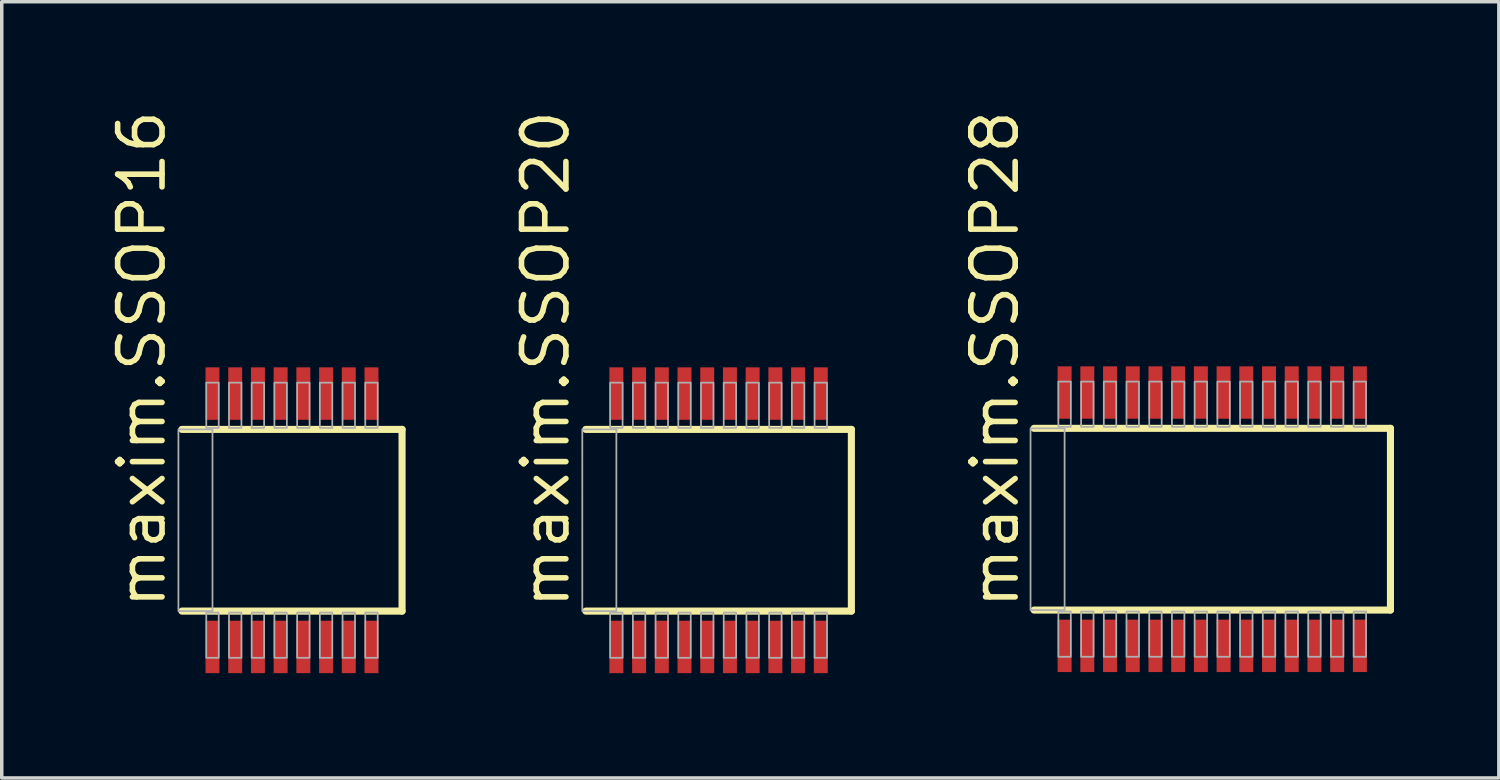
<source format=kicad_pcb>
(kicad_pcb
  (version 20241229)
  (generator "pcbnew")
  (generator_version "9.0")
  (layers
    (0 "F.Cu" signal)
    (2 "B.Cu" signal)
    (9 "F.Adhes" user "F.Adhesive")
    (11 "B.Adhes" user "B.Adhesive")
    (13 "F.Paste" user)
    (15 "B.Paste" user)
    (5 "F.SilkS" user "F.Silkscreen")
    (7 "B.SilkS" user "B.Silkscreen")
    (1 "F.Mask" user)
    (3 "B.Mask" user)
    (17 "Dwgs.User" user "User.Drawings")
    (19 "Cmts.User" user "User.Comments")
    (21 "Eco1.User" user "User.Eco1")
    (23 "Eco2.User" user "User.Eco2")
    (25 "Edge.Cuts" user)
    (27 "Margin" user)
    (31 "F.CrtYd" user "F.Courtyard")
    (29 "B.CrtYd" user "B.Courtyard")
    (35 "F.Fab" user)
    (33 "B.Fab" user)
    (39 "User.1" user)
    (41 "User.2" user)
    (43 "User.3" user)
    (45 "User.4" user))
  (footprint "maxim.SSOP28"
    (layer "F.Cu")
    (at 31.641 11.808)
    (property "Reference" "maxim.SSOP28" (at -5.476 2.63 90) (layer "F.SilkS") (effects (font (size 1.27 1.27) (thickness 0.16)) (justify left bottom)))
    (attr smd)
    (fp_line (start -5.1 2.6) (end 5.1 2.6) (stroke (width 0.203) (type default)) (layer "F.SilkS"))
    (fp_line (start 5.1 -2.6) (end -5.1 -2.6) (stroke (width 0.203) (type default)) (layer "F.SilkS"))
    (fp_line (start 5.1 2.6) (end 5.1 -2.6) (stroke (width 0.203) (type default)) (layer "F.SilkS"))
    (fp_rect (start -5.2 2.6) (end -4.225 -2.6) (stroke (width 0.05) (type default)) (fill no) (layer "F.Fab"))
    (fp_rect (start -4.403 -2.642) (end -4.047 -3.937) (stroke (width 0.05) (type default)) (fill no) (layer "F.Fab"))
    (fp_rect (start -4.403 3.937) (end -4.047 2.642) (stroke (width 0.05) (type default)) (fill no) (layer "F.Fab"))
    (fp_rect (start -3.753 -2.642) (end -3.397 -3.937) (stroke (width 0.05) (type default)) (fill no) (layer "F.Fab"))
    (fp_rect (start -3.753 3.937) (end -3.397 2.642) (stroke (width 0.05) (type default)) (fill no) (layer "F.Fab"))
    (fp_rect (start -3.103 -2.642) (end -2.747 -3.937) (stroke (width 0.05) (type default)) (fill no) (layer "F.Fab"))
    (fp_rect (start -3.103 3.937) (end -2.747 2.642) (stroke (width 0.05) (type default)) (fill no) (layer "F.Fab"))
    (fp_rect (start -2.453 -2.642) (end -2.097 -3.937) (stroke (width 0.05) (type default)) (fill no) (layer "F.Fab"))
    (fp_rect (start -2.453 3.937) (end -2.097 2.642) (stroke (width 0.05) (type default)) (fill no) (layer "F.Fab"))
    (fp_rect (start -1.803 -2.642) (end -1.447 -3.937) (stroke (width 0.05) (type default)) (fill no) (layer "F.Fab"))
    (fp_rect (start -1.803 3.937) (end -1.447 2.642) (stroke (width 0.05) (type default)) (fill no) (layer "F.Fab"))
    (fp_rect (start -1.153 -2.642) (end -0.797 -3.937) (stroke (width 0.05) (type default)) (fill no) (layer "F.Fab"))
    (fp_rect (start -1.153 3.937) (end -0.797 2.642) (stroke (width 0.05) (type default)) (fill no) (layer "F.Fab"))
    (fp_rect (start -0.503 -2.642) (end -0.147 -3.937) (stroke (width 0.05) (type default)) (fill no) (layer "F.Fab"))
    (fp_rect (start -0.503 3.937) (end -0.147 2.642) (stroke (width 0.05) (type default)) (fill no) (layer "F.Fab"))
    (fp_rect (start 0.147 -2.642) (end 0.503 -3.937) (stroke (width 0.05) (type default)) (fill no) (layer "F.Fab"))
    (fp_rect (start 0.147 3.937) (end 0.503 2.642) (stroke (width 0.05) (type default)) (fill no) (layer "F.Fab"))
    (fp_rect (start 0.797 -2.642) (end 1.153 -3.937) (stroke (width 0.05) (type default)) (fill no) (layer "F.Fab"))
    (fp_rect (start 0.797 3.937) (end 1.153 2.642) (stroke (width 0.05) (type default)) (fill no) (layer "F.Fab"))
    (fp_rect (start 1.447 -2.642) (end 1.803 -3.937) (stroke (width 0.05) (type default)) (fill no) (layer "F.Fab"))
    (fp_rect (start 1.447 3.937) (end 1.803 2.642) (stroke (width 0.05) (type default)) (fill no) (layer "F.Fab"))
    (fp_rect (start 2.097 -2.642) (end 2.453 -3.937) (stroke (width 0.05) (type default)) (fill no) (layer "F.Fab"))
    (fp_rect (start 2.097 3.937) (end 2.453 2.642) (stroke (width 0.05) (type default)) (fill no) (layer "F.Fab"))
    (fp_rect (start 2.747 -2.642) (end 3.103 -3.937) (stroke (width 0.05) (type default)) (fill no) (layer "F.Fab"))
    (fp_rect (start 2.747 3.937) (end 3.103 2.642) (stroke (width 0.05) (type default)) (fill no) (layer "F.Fab"))
    (fp_rect (start 3.397 -2.642) (end 3.753 -3.937) (stroke (width 0.05) (type default)) (fill no) (layer "F.Fab"))
    (fp_rect (start 3.397 3.937) (end 3.753 2.642) (stroke (width 0.05) (type default)) (fill no) (layer "F.Fab"))
    (fp_rect (start 4.047 -2.642) (end 4.403 -3.937) (stroke (width 0.05) (type default)) (fill no) (layer "F.Fab"))
    (fp_rect (start 4.047 3.937) (end 4.403 2.642) (stroke (width 0.05) (type default)) (fill no) (layer "F.Fab"))
    (pad "1" smd roundrect (at -4.225 3.625) (size 0.4 1.5) (layers "F.Cu" "F.Mask" "F.Paste") (roundrect_rratio 0.01))
    (pad "2" smd roundrect (at -3.575 3.625) (size 0.4 1.5) (layers "F.Cu" "F.Mask" "F.Paste") (roundrect_rratio 0.01))
    (pad "3" smd roundrect (at -2.925 3.625) (size 0.4 1.5) (layers "F.Cu" "F.Mask" "F.Paste") (roundrect_rratio 0.01))
    (pad "4" smd roundrect (at -2.275 3.625) (size 0.4 1.5) (layers "F.Cu" "F.Mask" "F.Paste") (roundrect_rratio 0.01))
    (pad "5" smd roundrect (at -1.625 3.625) (size 0.4 1.5) (layers "F.Cu" "F.Mask" "F.Paste") (roundrect_rratio 0.01))
    (pad "6" smd roundrect (at -0.975 3.625) (size 0.4 1.5) (layers "F.Cu" "F.Mask" "F.Paste") (roundrect_rratio 0.01))
    (pad "7" smd roundrect (at -0.325 3.625) (size 0.4 1.5) (layers "F.Cu" "F.Mask" "F.Paste") (roundrect_rratio 0.01))
    (pad "8" smd roundrect (at 0.325 3.625) (size 0.4 1.5) (layers "F.Cu" "F.Mask" "F.Paste") (roundrect_rratio 0.01))
    (pad "9" smd roundrect (at 0.975 3.625) (size 0.4 1.5) (layers "F.Cu" "F.Mask" "F.Paste") (roundrect_rratio 0.01))
    (pad "10" smd roundrect (at 1.625 3.625) (size 0.4 1.5) (layers "F.Cu" "F.Mask" "F.Paste") (roundrect_rratio 0.01))
    (pad "11" smd roundrect (at 2.275 3.625) (size 0.4 1.5) (layers "F.Cu" "F.Mask" "F.Paste") (roundrect_rratio 0.01))
    (pad "12" smd roundrect (at 2.925 3.625) (size 0.4 1.5) (layers "F.Cu" "F.Mask" "F.Paste") (roundrect_rratio 0.01))
    (pad "13" smd roundrect (at 3.575 3.625) (size 0.4 1.5) (layers "F.Cu" "F.Mask" "F.Paste") (roundrect_rratio 0.01))
    (pad "14" smd roundrect (at 4.225 3.625) (size 0.4 1.5) (layers "F.Cu" "F.Mask" "F.Paste") (roundrect_rratio 0.01))
    (pad "15" smd roundrect (at 4.225 -3.625) (size 0.4 1.5) (layers "F.Cu" "F.Mask" "F.Paste") (roundrect_rratio 0.01))
    (pad "16" smd roundrect (at 3.575 -3.625) (size 0.4 1.5) (layers "F.Cu" "F.Mask" "F.Paste") (roundrect_rratio 0.01))
    (pad "17" smd roundrect (at 2.925 -3.625) (size 0.4 1.5) (layers "F.Cu" "F.Mask" "F.Paste") (roundrect_rratio 0.01))
    (pad "18" smd roundrect (at 2.275 -3.625) (size 0.4 1.5) (layers "F.Cu" "F.Mask" "F.Paste") (roundrect_rratio 0.01))
    (pad "19" smd roundrect (at 1.625 -3.625) (size 0.4 1.5) (layers "F.Cu" "F.Mask" "F.Paste") (roundrect_rratio 0.01))
    (pad "20" smd roundrect (at 0.975 -3.625) (size 0.4 1.5) (layers "F.Cu" "F.Mask" "F.Paste") (roundrect_rratio 0.01))
    (pad "21" smd roundrect (at 0.325 -3.625) (size 0.4 1.5) (layers "F.Cu" "F.Mask" "F.Paste") (roundrect_rratio 0.01))
    (pad "22" smd roundrect (at -0.325 -3.625) (size 0.4 1.5) (layers "F.Cu" "F.Mask" "F.Paste") (roundrect_rratio 0.01))
    (pad "23" smd roundrect (at -0.975 -3.625) (size 0.4 1.5) (layers "F.Cu" "F.Mask" "F.Paste") (roundrect_rratio 0.01))
    (pad "24" smd roundrect (at -1.625 -3.625) (size 0.4 1.5) (layers "F.Cu" "F.Mask" "F.Paste") (roundrect_rratio 0.01))
    (pad "25" smd roundrect (at -2.275 -3.625) (size 0.4 1.5) (layers "F.Cu" "F.Mask" "F.Paste") (roundrect_rratio 0.01))
    (pad "26" smd roundrect (at -2.925 -3.625) (size 0.4 1.5) (layers "F.Cu" "F.Mask" "F.Paste") (roundrect_rratio 0.01))
    (pad "27" smd roundrect (at -3.575 -3.625) (size 0.4 1.5) (layers "F.Cu" "F.Mask" "F.Paste") (roundrect_rratio 0.01))
    (pad "28" smd roundrect (at -4.225 -3.625) (size 0.4 1.5) (layers "F.Cu" "F.Mask" "F.Paste") (roundrect_rratio 0.01)))
  (footprint "maxim.SSOP16"
    (layer "F.Cu")
    (at 5.306 11.838)
    (property "Reference" "maxim.SSOP16" (at -3.556 2.6 90) (layer "F.SilkS") (effects (font (size 1.27 1.27) (thickness 0.16)) (justify left bottom)))
    (attr smd)
    (fp_line (start -3.15 2.6) (end 3.15 2.6) (stroke (width 0.203) (type default)) (layer "F.SilkS"))
    (fp_line (start 3.15 -2.6) (end -3.15 -2.6) (stroke (width 0.203) (type default)) (layer "F.SilkS"))
    (fp_line (start 3.15 2.6) (end 3.15 -2.6) (stroke (width 0.203) (type default)) (layer "F.SilkS"))
    (fp_rect (start -3.25 2.6) (end -2.275 -2.6) (stroke (width 0.05) (type default)) (fill no) (layer "F.Fab"))
    (fp_rect (start -2.453 3.937) (end -2.097 2.642) (stroke (width 0.05) (type default)) (fill no) (layer "F.Fab"))
    (fp_rect (start -2.453 -2.642) (end -2.097 -3.937) (stroke (width 0.05) (type default)) (fill no) (layer "F.Fab"))
    (fp_rect (start -1.803 3.937) (end -1.447 2.642) (stroke (width 0.05) (type default)) (fill no) (layer "F.Fab"))
    (fp_rect (start -1.803 -2.642) (end -1.447 -3.937) (stroke (width 0.05) (type default)) (fill no) (layer "F.Fab"))
    (fp_rect (start -1.153 3.937) (end -0.797 2.642) (stroke (width 0.05) (type default)) (fill no) (layer "F.Fab"))
    (fp_rect (start -1.153 -2.642) (end -0.797 -3.937) (stroke (width 0.05) (type default)) (fill no) (layer "F.Fab"))
    (fp_rect (start -0.503 -2.642) (end -0.147 -3.937) (stroke (width 0.05) (type default)) (fill no) (layer "F.Fab"))
    (fp_rect (start -0.503 3.937) (end -0.147 2.642) (stroke (width 0.05) (type default)) (fill no) (layer "F.Fab"))
    (fp_rect (start 0.147 -2.642) (end 0.503 -3.937) (stroke (width 0.05) (type default)) (fill no) (layer "F.Fab"))
    (fp_rect (start 0.147 3.937) (end 0.503 2.642) (stroke (width 0.05) (type default)) (fill no) (layer "F.Fab"))
    (fp_rect (start 0.797 -2.642) (end 1.153 -3.937) (stroke (width 0.05) (type default)) (fill no) (layer "F.Fab"))
    (fp_rect (start 0.797 3.937) (end 1.153 2.642) (stroke (width 0.05) (type default)) (fill no) (layer "F.Fab"))
    (fp_rect (start 1.447 -2.642) (end 1.803 -3.937) (stroke (width 0.05) (type default)) (fill no) (layer "F.Fab"))
    (fp_rect (start 1.447 3.937) (end 1.803 2.642) (stroke (width 0.05) (type default)) (fill no) (layer "F.Fab"))
    (fp_rect (start 2.097 -2.642) (end 2.453 -3.937) (stroke (width 0.05) (type default)) (fill no) (layer "F.Fab"))
    (fp_rect (start 2.097 3.937) (end 2.453 2.642) (stroke (width 0.05) (type default)) (fill no) (layer "F.Fab"))
    (pad "1" smd roundrect (at -2.275 3.625) (size 0.4 1.5) (layers "F.Cu" "F.Mask" "F.Paste") (roundrect_rratio 0.01))
    (pad "2" smd roundrect (at -1.625 3.625) (size 0.4 1.5) (layers "F.Cu" "F.Mask" "F.Paste") (roundrect_rratio 0.01))
    (pad "3" smd roundrect (at -0.975 3.625) (size 0.4 1.5) (layers "F.Cu" "F.Mask" "F.Paste") (roundrect_rratio 0.01))
    (pad "4" smd roundrect (at -0.325 3.625) (size 0.4 1.5) (layers "F.Cu" "F.Mask" "F.Paste") (roundrect_rratio 0.01))
    (pad "5" smd roundrect (at 0.325 3.625) (size 0.4 1.5) (layers "F.Cu" "F.Mask" "F.Paste") (roundrect_rratio 0.01))
    (pad "6" smd roundrect (at 0.975 3.625) (size 0.4 1.5) (layers "F.Cu" "F.Mask" "F.Paste") (roundrect_rratio 0.01))
    (pad "7" smd roundrect (at 1.625 3.625) (size 0.4 1.5) (layers "F.Cu" "F.Mask" "F.Paste") (roundrect_rratio 0.01))
    (pad "8" smd roundrect (at 2.275 3.625) (size 0.4 1.5) (layers "F.Cu" "F.Mask" "F.Paste") (roundrect_rratio 0.01))
    (pad "9" smd roundrect (at 2.275 -3.625) (size 0.4 1.5) (layers "F.Cu" "F.Mask" "F.Paste") (roundrect_rratio 0.01))
    (pad "10" smd roundrect (at 1.625 -3.625) (size 0.4 1.5) (layers "F.Cu" "F.Mask" "F.Paste") (roundrect_rratio 0.01))
    (pad "11" smd roundrect (at 0.975 -3.625) (size 0.4 1.5) (layers "F.Cu" "F.Mask" "F.Paste") (roundrect_rratio 0.01))
    (pad "12" smd roundrect (at 0.325 -3.625) (size 0.4 1.5) (layers "F.Cu" "F.Mask" "F.Paste") (roundrect_rratio 0.01))
    (pad "13" smd roundrect (at -0.325 -3.625) (size 0.4 1.5) (layers "F.Cu" "F.Mask" "F.Paste") (roundrect_rratio 0.01))
    (pad "14" smd roundrect (at -0.975 -3.625) (size 0.4 1.5) (layers "F.Cu" "F.Mask" "F.Paste") (roundrect_rratio 0.01))
    (pad "15" smd roundrect (at -1.625 -3.625) (size 0.4 1.5) (layers "F.Cu" "F.Mask" "F.Paste") (roundrect_rratio 0.01))
    (pad "16" smd roundrect (at -2.275 -3.625) (size 0.4 1.5) (layers "F.Cu" "F.Mask" "F.Paste") (roundrect_rratio 0.01)))
  (footprint "maxim.SSOP20"
    (layer "F.Cu")
    (at 17.514 11.838)
    (property "Reference" "maxim.SSOP20" (at -4.206 2.6 90) (layer "F.SilkS") (effects (font (size 1.27 1.27) (thickness 0.16)) (justify left bottom)))
    (attr smd)
    (fp_line (start -3.8 2.6) (end 3.8 2.6) (stroke (width 0.203) (type default)) (layer "F.SilkS"))
    (fp_line (start 3.8 -2.6) (end -3.8 -2.6) (stroke (width 0.203) (type default)) (layer "F.SilkS"))
    (fp_line (start 3.8 2.6) (end 3.8 -2.6) (stroke (width 0.203) (type default)) (layer "F.SilkS"))
    (fp_rect (start -3.9 2.6) (end -2.925 -2.6) (stroke (width 0.05) (type default)) (fill no) (layer "F.Fab"))
    (fp_rect (start -3.103 3.937) (end -2.747 2.642) (stroke (width 0.05) (type default)) (fill no) (layer "F.Fab"))
    (fp_rect (start -3.103 -2.642) (end -2.747 -3.937) (stroke (width 0.05) (type default)) (fill no) (layer "F.Fab"))
    (fp_rect (start -2.453 3.937) (end -2.097 2.642) (stroke (width 0.05) (type default)) (fill no) (layer "F.Fab"))
    (fp_rect (start -2.453 -2.642) (end -2.097 -3.937) (stroke (width 0.05) (type default)) (fill no) (layer "F.Fab"))
    (fp_rect (start -1.803 3.937) (end -1.447 2.642) (stroke (width 0.05) (type default)) (fill no) (layer "F.Fab"))
    (fp_rect (start -1.803 -2.642) (end -1.447 -3.937) (stroke (width 0.05) (type default)) (fill no) (layer "F.Fab"))
    (fp_rect (start -1.153 3.937) (end -0.797 2.642) (stroke (width 0.05) (type default)) (fill no) (layer "F.Fab"))
    (fp_rect (start -1.153 -2.642) (end -0.797 -3.937) (stroke (width 0.05) (type default)) (fill no) (layer "F.Fab"))
    (fp_rect (start -0.503 3.937) (end -0.147 2.642) (stroke (width 0.05) (type default)) (fill no) (layer "F.Fab"))
    (fp_rect (start -0.503 -2.642) (end -0.147 -3.937) (stroke (width 0.05) (type default)) (fill no) (layer "F.Fab"))
    (fp_rect (start 0.147 3.937) (end 0.503 2.642) (stroke (width 0.05) (type default)) (fill no) (layer "F.Fab"))
    (fp_rect (start 0.147 -2.642) (end 0.503 -3.937) (stroke (width 0.05) (type default)) (fill no) (layer "F.Fab"))
    (fp_rect (start 0.797 3.937) (end 1.153 2.642) (stroke (width 0.05) (type default)) (fill no) (layer "F.Fab"))
    (fp_rect (start 0.797 -2.642) (end 1.153 -3.937) (stroke (width 0.05) (type default)) (fill no) (layer "F.Fab"))
    (fp_rect (start 1.447 -2.642) (end 1.803 -3.937) (stroke (width 0.05) (type default)) (fill no) (layer "F.Fab"))
    (fp_rect (start 1.447 3.937) (end 1.803 2.642) (stroke (width 0.05) (type default)) (fill no) (layer "F.Fab"))
    (fp_rect (start 2.097 -2.642) (end 2.453 -3.937) (stroke (width 0.05) (type default)) (fill no) (layer "F.Fab"))
    (fp_rect (start 2.097 3.937) (end 2.453 2.642) (stroke (width 0.05) (type default)) (fill no) (layer "F.Fab"))
    (fp_rect (start 2.747 -2.642) (end 3.103 -3.937) (stroke (width 0.05) (type default)) (fill no) (layer "F.Fab"))
    (fp_rect (start 2.747 3.937) (end 3.103 2.642) (stroke (width 0.05) (type default)) (fill no) (layer "F.Fab"))
    (pad "1" smd roundrect (at -2.925 3.625) (size 0.4 1.5) (layers "F.Cu" "F.Mask" "F.Paste") (roundrect_rratio 0.01))
    (pad "2" smd roundrect (at -2.275 3.625) (size 0.4 1.5) (layers "F.Cu" "F.Mask" "F.Paste") (roundrect_rratio 0.01))
    (pad "3" smd roundrect (at -1.625 3.625) (size 0.4 1.5) (layers "F.Cu" "F.Mask" "F.Paste") (roundrect_rratio 0.01))
    (pad "4" smd roundrect (at -0.975 3.625) (size 0.4 1.5) (layers "F.Cu" "F.Mask" "F.Paste") (roundrect_rratio 0.01))
    (pad "5" smd roundrect (at -0.325 3.625) (size 0.4 1.5) (layers "F.Cu" "F.Mask" "F.Paste") (roundrect_rratio 0.01))
    (pad "6" smd roundrect (at 0.325 3.625) (size 0.4 1.5) (layers "F.Cu" "F.Mask" "F.Paste") (roundrect_rratio 0.01))
    (pad "7" smd roundrect (at 0.975 3.625) (size 0.4 1.5) (layers "F.Cu" "F.Mask" "F.Paste") (roundrect_rratio 0.01))
    (pad "8" smd roundrect (at 1.625 3.625) (size 0.4 1.5) (layers "F.Cu" "F.Mask" "F.Paste") (roundrect_rratio 0.01))
    (pad "9" smd roundrect (at 2.275 3.625) (size 0.4 1.5) (layers "F.Cu" "F.Mask" "F.Paste") (roundrect_rratio 0.01))
    (pad "10" smd roundrect (at 2.925 3.625) (size 0.4 1.5) (layers "F.Cu" "F.Mask" "F.Paste") (roundrect_rratio 0.01))
    (pad "11" smd roundrect (at 2.925 -3.625) (size 0.4 1.5) (layers "F.Cu" "F.Mask" "F.Paste") (roundrect_rratio 0.01))
    (pad "12" smd roundrect (at 2.275 -3.625) (size 0.4 1.5) (layers "F.Cu" "F.Mask" "F.Paste") (roundrect_rratio 0.01))
    (pad "13" smd roundrect (at 1.625 -3.625) (size 0.4 1.5) (layers "F.Cu" "F.Mask" "F.Paste") (roundrect_rratio 0.01))
    (pad "14" smd roundrect (at 0.975 -3.625) (size 0.4 1.5) (layers "F.Cu" "F.Mask" "F.Paste") (roundrect_rratio 0.01))
    (pad "15" smd roundrect (at 0.325 -3.625) (size 0.4 1.5) (layers "F.Cu" "F.Mask" "F.Paste") (roundrect_rratio 0.01))
    (pad "16" smd roundrect (at -0.325 -3.625) (size 0.4 1.5) (layers "F.Cu" "F.Mask" "F.Paste") (roundrect_rratio 0.01))
    (pad "17" smd roundrect (at -0.975 -3.625) (size 0.4 1.5) (layers "F.Cu" "F.Mask" "F.Paste") (roundrect_rratio 0.01))
    (pad "18" smd roundrect (at -1.625 -3.625) (size 0.4 1.5) (layers "F.Cu" "F.Mask" "F.Paste") (roundrect_rratio 0.01))
    (pad "19" smd roundrect (at -2.275 -3.625) (size 0.4 1.5) (layers "F.Cu" "F.Mask" "F.Paste") (roundrect_rratio 0.01))
    (pad "20" smd roundrect (at -2.925 -3.625) (size 0.4 1.5) (layers "F.Cu" "F.Mask" "F.Paste") (roundrect_rratio 0.01)))
  (gr_rect
    (start -3 -3)
    (end 39.843 19.213)
    (stroke (width 0.1) (type default))
    (fill no)
    (layer "Edge.Cuts")))
</source>
